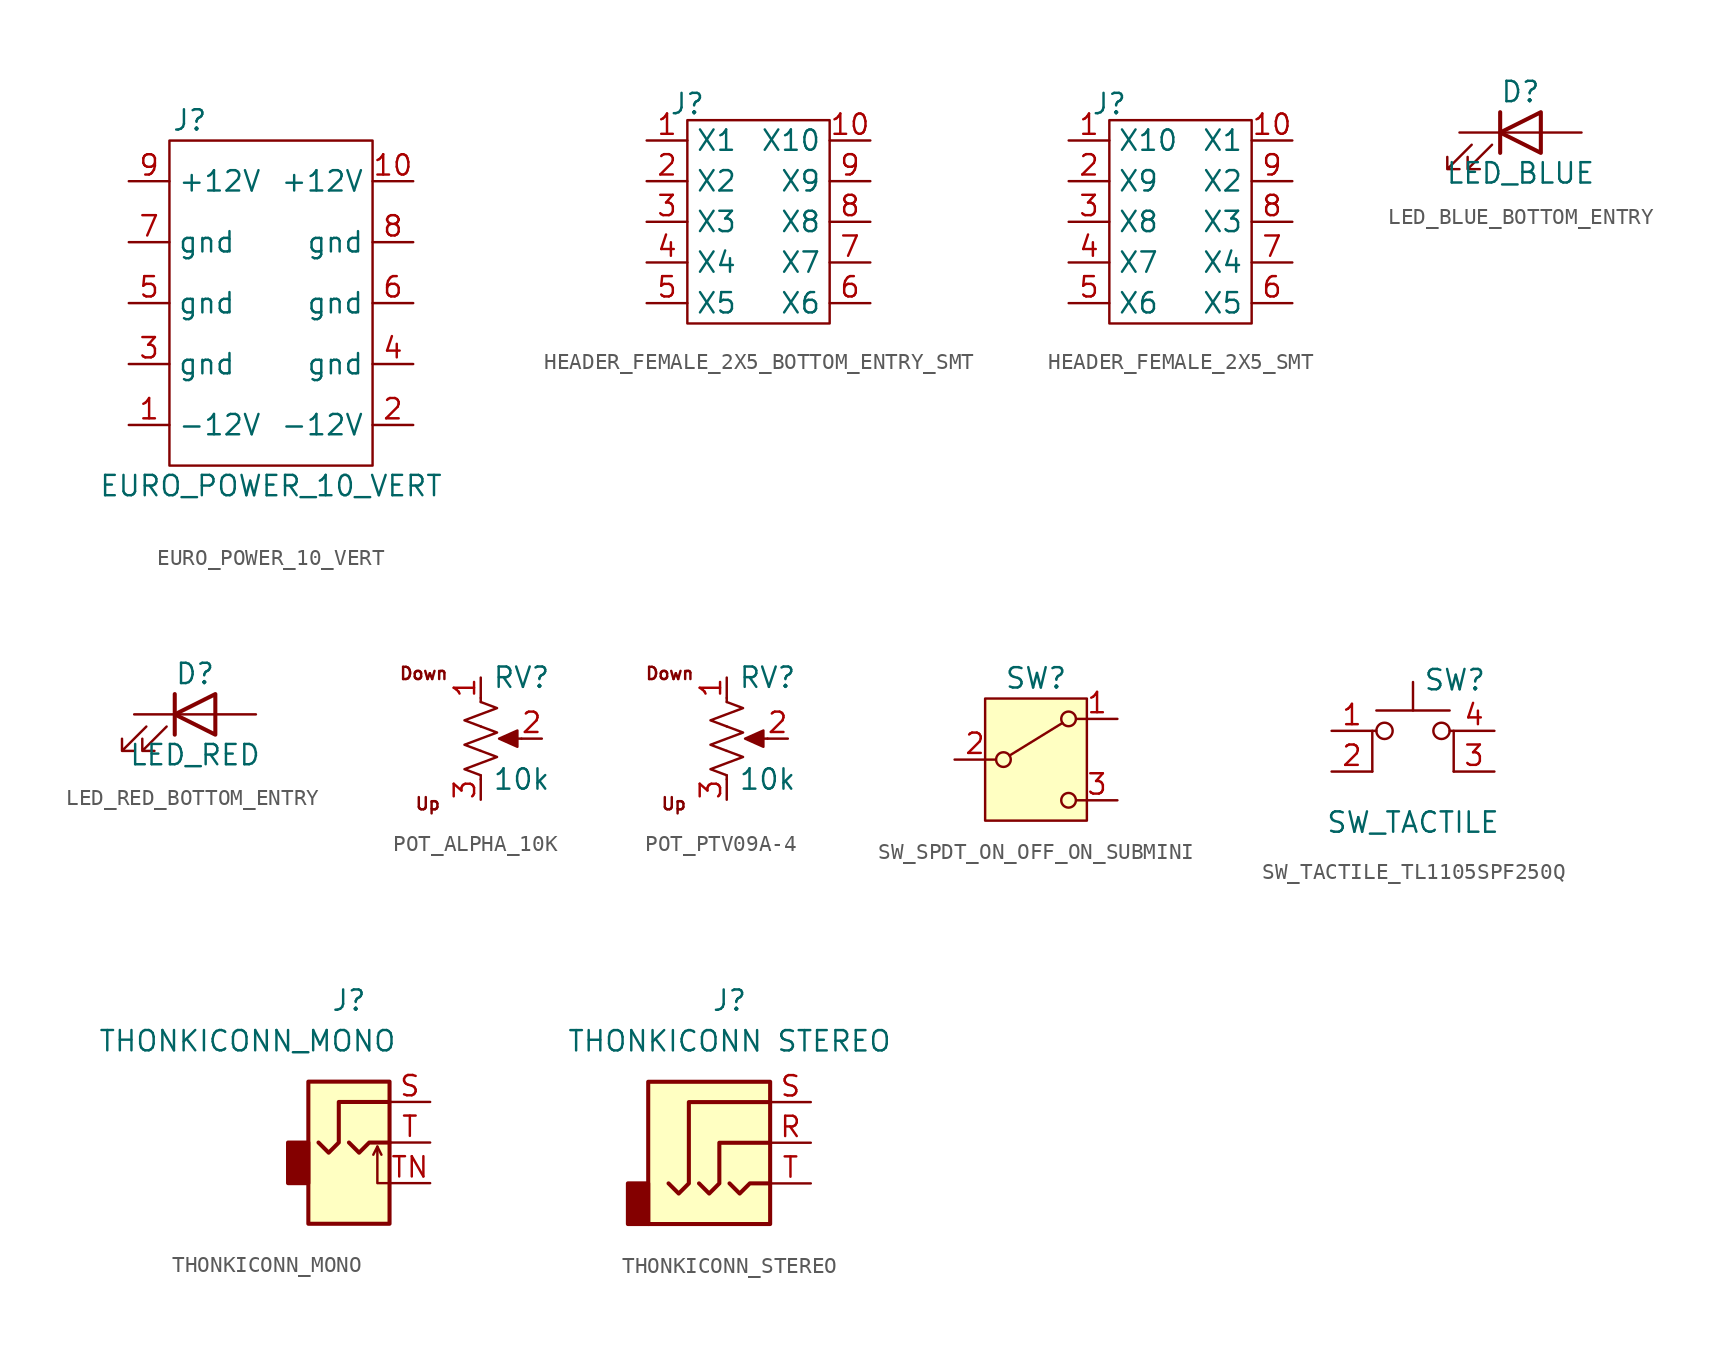
<source format=kicad_sym>
(kicad_symbol_lib
  (version 20241209)
  (generator "kicad_symbol_editor")
  (generator_version "9.0")
  (symbol "EURO_POWER_10_VERT"
    (property "Reference" "J"
      (at -5.08 11.43 0)
      (effects (font (size 1.27 1.27))))
    (property "Value" "EURO_POWER_10_VERT"
      (at 0 -11.43 0)
      (effects (font (size 1.27 1.27))))
    (symbol "EURO_POWER_10_VERT_0_1"
      (rectangle (start -6.35 10.16) (end 6.35 -10.16) (stroke (width 0) (type default)) (fill (type none))))
    (symbol "EURO_POWER_10_VERT_1_1"
      (pin power_in line (at -8.89 7.62 0) (length 2.54) (name "+12V" (effects (font (size 1.27 1.27)))) (number "9" (effects (font (size 1.27 1.27)))))
      (pin power_in line (at -8.89 3.81 0) (length 2.54) (name "gnd" (effects (font (size 1.27 1.27)))) (number "7" (effects (font (size 1.27 1.27)))))
      (pin power_in line (at -8.89 0 0) (length 2.54) (name "gnd" (effects (font (size 1.27 1.27)))) (number "5" (effects (font (size 1.27 1.27)))))
      (pin power_in line (at -8.89 -3.81 0) (length 2.54) (name "gnd" (effects (font (size 1.27 1.27)))) (number "3" (effects (font (size 1.27 1.27)))))
      (pin power_in line (at -8.89 -7.62 0) (length 2.54) (name "-12V" (effects (font (size 1.27 1.27)))) (number "1" (effects (font (size 1.27 1.27)))))
      (pin power_in line (at 8.89 7.62 180) (length 2.54) (name "+12V" (effects (font (size 1.27 1.27)))) (number "10" (effects (font (size 1.27 1.27)))))
      (pin power_in line (at 8.89 3.81 180) (length 2.54) (name "gnd" (effects (font (size 1.27 1.27)))) (number "8" (effects (font (size 1.27 1.27)))))
      (pin power_in line (at 8.89 0 180) (length 2.54) (name "gnd" (effects (font (size 1.27 1.27)))) (number "6" (effects (font (size 1.27 1.27)))))
      (pin power_in line (at 8.89 -3.81 180) (length 2.54) (name "gnd" (effects (font (size 1.27 1.27)))) (number "4" (effects (font (size 1.27 1.27)))))
      (pin power_in line (at 8.89 -7.62 180) (length 2.54) (name "-12V" (effects (font (size 1.27 1.27)))) (number "2" (effects (font (size 1.27 1.27)))))))
  (symbol "HEADER_FEMALE_2X5_BOTTOM_ENTRY_SMT"
    (property "Reference" "J"
      (at 0 1.016 0)
      (effects (font (size 1.27 1.27))))
    (symbol "HEADER_FEMALE_2X5_BOTTOM_ENTRY_SMT_1_1"
      (rectangle (start 0 0) (end 8.89 -12.7) (stroke (width 0) (type default)) (fill (type none)))
      (pin bidirectional line (at -2.54 -1.27 0) (length 2.54) (name "X1" (effects (font (size 1.27 1.27)))) (number "1" (effects (font (size 1.27 1.27)))))
      (pin bidirectional line (at -2.54 -3.81 0) (length 2.54) (name "X2" (effects (font (size 1.27 1.27)))) (number "2" (effects (font (size 1.27 1.27)))))
      (pin bidirectional line (at -2.54 -6.35 0) (length 2.54) (name "X3" (effects (font (size 1.27 1.27)))) (number "3" (effects (font (size 1.27 1.27)))))
      (pin bidirectional line (at -2.54 -8.89 0) (length 2.54) (name "X4" (effects (font (size 1.27 1.27)))) (number "4" (effects (font (size 1.27 1.27)))))
      (pin bidirectional line (at -2.54 -11.43 0) (length 2.54) (name "X5" (effects (font (size 1.27 1.27)))) (number "5" (effects (font (size 1.27 1.27)))))
      (pin bidirectional line (at 11.43 -1.27 180) (length 2.54) (name "X10" (effects (font (size 1.27 1.27)))) (number "10" (effects (font (size 1.27 1.27)))))
      (pin bidirectional line (at 11.43 -3.81 180) (length 2.54) (name "X9" (effects (font (size 1.27 1.27)))) (number "9" (effects (font (size 1.27 1.27)))))
      (pin bidirectional line (at 11.43 -6.35 180) (length 2.54) (name "X8" (effects (font (size 1.27 1.27)))) (number "8" (effects (font (size 1.27 1.27)))))
      (pin bidirectional line (at 11.43 -8.89 180) (length 2.54) (name "X7" (effects (font (size 1.27 1.27)))) (number "7" (effects (font (size 1.27 1.27)))))
      (pin bidirectional line (at 11.43 -11.43 180) (length 2.54) (name "X6" (effects (font (size 1.27 1.27)))) (number "6" (effects (font (size 1.27 1.27)))))))
  (symbol "HEADER_FEMALE_2X5_SMT"
    (property "Reference" "J"
      (at 0 1.016 0)
      (effects (font (size 1.27 1.27))))
    (symbol "HEADER_FEMALE_2X5_SMT_1_1"
      (rectangle (start 0 0) (end 8.89 -12.7) (stroke (width 0) (type default)) (fill (type none)))
      (pin bidirectional line (at -2.54 -1.27 0) (length 2.54) (name "X10" (effects (font (size 1.27 1.27)))) (number "1" (effects (font (size 1.27 1.27)))))
      (pin bidirectional line (at -2.54 -3.81 0) (length 2.54) (name "X9" (effects (font (size 1.27 1.27)))) (number "2" (effects (font (size 1.27 1.27)))))
      (pin bidirectional line (at -2.54 -6.35 0) (length 2.54) (name "X8" (effects (font (size 1.27 1.27)))) (number "3" (effects (font (size 1.27 1.27)))))
      (pin bidirectional line (at -2.54 -8.89 0) (length 2.54) (name "X7" (effects (font (size 1.27 1.27)))) (number "4" (effects (font (size 1.27 1.27)))))
      (pin bidirectional line (at -2.54 -11.43 0) (length 2.54) (name "X6" (effects (font (size 1.27 1.27)))) (number "5" (effects (font (size 1.27 1.27)))))
      (pin bidirectional line (at 11.43 -1.27 180) (length 2.54) (name "X1" (effects (font (size 1.27 1.27)))) (number "10" (effects (font (size 1.27 1.27)))))
      (pin bidirectional line (at 11.43 -3.81 180) (length 2.54) (name "X2" (effects (font (size 1.27 1.27)))) (number "9" (effects (font (size 1.27 1.27)))))
      (pin bidirectional line (at 11.43 -6.35 180) (length 2.54) (name "X3" (effects (font (size 1.27 1.27)))) (number "8" (effects (font (size 1.27 1.27)))))
      (pin bidirectional line (at 11.43 -8.89 180) (length 2.54) (name "X4" (effects (font (size 1.27 1.27)))) (number "7" (effects (font (size 1.27 1.27)))))
      (pin bidirectional line (at 11.43 -11.43 180) (length 2.54) (name "X5" (effects (font (size 1.27 1.27)))) (number "6" (effects (font (size 1.27 1.27)))))))
  (symbol "LED_BLUE_BOTTOM_ENTRY"
    (pin_numbers
      (hide yes))
    (pin_names
      (offset 1.016)
      (hide yes))
    (property "Reference" "D"
      (at 0 2.54 0)
      (effects (font (size 1.27 1.27))))
    (property "Value" "LED_BLUE"
      (at 0 -2.54 0)
      (effects (font (size 1.27 1.27))))
    (symbol "LED_BLUE_BOTTOM_ENTRY_0_1"
      (polyline (pts (xy -3.048 -0.762) (xy -4.572 -2.286) (xy -3.81 -2.286) (xy -4.572 -2.286) (xy -4.572 -1.524)) (stroke (width 0) (type default)) (fill (type none)))
      (polyline (pts (xy -1.778 -0.762) (xy -3.302 -2.286) (xy -2.54 -2.286) (xy -3.302 -2.286) (xy -3.302 -1.524)) (stroke (width 0) (type default)) (fill (type none)))
      (polyline (pts (xy -1.27 0) (xy 1.27 0)) (stroke (width 0) (type default)) (fill (type none)))
      (polyline (pts (xy -1.27 -1.27) (xy -1.27 1.27)) (stroke (width 0.254) (type default)) (fill (type none)))
      (polyline (pts (xy 1.27 -1.27) (xy 1.27 1.27) (xy -1.27 0) (xy 1.27 -1.27)) (stroke (width 0.254) (type default)) (fill (type none))))
    (symbol "LED_BLUE_BOTTOM_ENTRY_1_1"
      (pin passive line (at -3.81 0 0) (length 2.54) (name "K" (effects (font (size 1.27 1.27)))) (number "1" (effects (font (size 1.27 1.27)))))
      (pin passive line (at 3.81 0 180) (length 2.54) (name "A" (effects (font (size 1.27 1.27)))) (number "2" (effects (font (size 1.27 1.27)))))))
  (symbol "LED_RED_BOTTOM_ENTRY"
    (pin_numbers
      (hide yes))
    (pin_names
      (offset 1.016)
      (hide yes))
    (property "Reference" "D"
      (at 0 2.54 0)
      (effects (font (size 1.27 1.27))))
    (property "Value" "LED_RED"
      (at 0 -2.54 0)
      (effects (font (size 1.27 1.27))))
    (symbol "LED_RED_BOTTOM_ENTRY_0_1"
      (polyline (pts (xy -3.048 -0.762) (xy -4.572 -2.286) (xy -3.81 -2.286) (xy -4.572 -2.286) (xy -4.572 -1.524)) (stroke (width 0) (type default)) (fill (type none)))
      (polyline (pts (xy -1.778 -0.762) (xy -3.302 -2.286) (xy -2.54 -2.286) (xy -3.302 -2.286) (xy -3.302 -1.524)) (stroke (width 0) (type default)) (fill (type none)))
      (polyline (pts (xy -1.27 0) (xy 1.27 0)) (stroke (width 0) (type default)) (fill (type none)))
      (polyline (pts (xy -1.27 -1.27) (xy -1.27 1.27)) (stroke (width 0.254) (type default)) (fill (type none)))
      (polyline (pts (xy 1.27 -1.27) (xy 1.27 1.27) (xy -1.27 0) (xy 1.27 -1.27)) (stroke (width 0.254) (type default)) (fill (type none))))
    (symbol "LED_RED_BOTTOM_ENTRY_1_1"
      (pin passive line (at -3.81 0 0) (length 2.54) (name "K" (effects (font (size 1.27 1.27)))) (number "1" (effects (font (size 1.27 1.27)))))
      (pin passive line (at 3.81 0 180) (length 2.54) (name "A" (effects (font (size 1.27 1.27)))) (number "2" (effects (font (size 1.27 1.27)))))))
  (symbol "POT_ALPHA_10K"
    (pin_names
      (offset 1.016)
      (hide yes))
    (property "Reference" "RV"
      (at 2.54 3.81 0)
      (effects (font (size 1.27 1.27))))
    (property "Value" "10k"
      (at 2.54 -2.54 0)
      (effects (font (size 1.27 1.27))))
    (symbol "POT_ALPHA_10K_0_1"
      (polyline (pts (xy 0 2.54) (xy 0 2.286)) (stroke (width 0) (type default)) (fill (type none)))
      (polyline (pts (xy 0 2.286) (xy 1.016 1.905) (xy 0 1.524) (xy -1.016 1.143) (xy 0 0.762)) (stroke (width 0) (type default)) (fill (type none)))
      (polyline (pts (xy 0 0.762) (xy 1.016 0.381) (xy 0 0) (xy -1.016 -0.381) (xy 0 -0.762)) (stroke (width 0) (type default)) (fill (type none)))
      (polyline (pts (xy 0 -0.762) (xy 1.016 -1.143) (xy 0 -1.524) (xy -1.016 -1.905) (xy 0 -2.286)) (stroke (width 0) (type default)) (fill (type none)))
      (polyline (pts (xy 0 -2.286) (xy 0 -2.54)) (stroke (width 0) (type default)) (fill (type none)))
      (polyline (pts (xy 1.143 0) (xy 2.286 0.508) (xy 2.286 -0.508) (xy 1.143 0)) (stroke (width 0) (type default)) (fill (type outline)))
      (polyline (pts (xy 2.54 0) (xy 1.524 0)) (stroke (width 0) (type default)) (fill (type none))))
    (symbol "POT_ALPHA_10K_1_1"
      (text "Down" (at -3.556 4.064 0) (effects (font (size 0.762 0.762))))
      (text "Up" (at -3.302 -4.064 0) (effects (font (size 0.762 0.762))))
      (pin passive line (at 0 3.81 270) (length 1.27) (name "1" (effects (font (size 1.27 1.27)))) (number "1" (effects (font (size 1.27 1.27)))))
      (pin passive line (at 0 -3.81 90) (length 1.27) (name "3" (effects (font (size 1.27 1.27)))) (number "3" (effects (font (size 1.27 1.27)))))
      (pin passive line (at 3.81 0 180) (length 1.27) (name "2" (effects (font (size 1.27 1.27)))) (number "2" (effects (font (size 1.27 1.27)))))))
  (symbol "POT_PTV09A-4"
    (pin_names
      (offset 1.016)
      (hide yes))
    (property "Reference" "RV"
      (at 2.54 3.81 0)
      (effects (font (size 1.27 1.27))))
    (property "Value" "10k"
      (at 2.54 -2.54 0)
      (effects (font (size 1.27 1.27))))
    (symbol "POT_PTV09A-4_0_1"
      (polyline (pts (xy 0 2.54) (xy 0 2.286)) (stroke (width 0) (type default)) (fill (type none)))
      (polyline (pts (xy 0 2.286) (xy 1.016 1.905) (xy 0 1.524) (xy -1.016 1.143) (xy 0 0.762)) (stroke (width 0) (type default)) (fill (type none)))
      (polyline (pts (xy 0 0.762) (xy 1.016 0.381) (xy 0 0) (xy -1.016 -0.381) (xy 0 -0.762)) (stroke (width 0) (type default)) (fill (type none)))
      (polyline (pts (xy 0 -0.762) (xy 1.016 -1.143) (xy 0 -1.524) (xy -1.016 -1.905) (xy 0 -2.286)) (stroke (width 0) (type default)) (fill (type none)))
      (polyline (pts (xy 0 -2.286) (xy 0 -2.54)) (stroke (width 0) (type default)) (fill (type none)))
      (polyline (pts (xy 1.143 0) (xy 2.286 0.508) (xy 2.286 -0.508) (xy 1.143 0)) (stroke (width 0) (type default)) (fill (type outline)))
      (polyline (pts (xy 2.54 0) (xy 1.524 0)) (stroke (width 0) (type default)) (fill (type none))))
    (symbol "POT_PTV09A-4_1_1"
      (text "Down" (at -3.556 4.064 0) (effects (font (size 0.762 0.762))))
      (text "Up" (at -3.302 -4.064 0) (effects (font (size 0.762 0.762))))
      (pin passive line (at 0 3.81 270) (length 1.27) (name "1" (effects (font (size 1.27 1.27)))) (number "1" (effects (font (size 1.27 1.27)))))
      (pin passive line (at 0 -3.81 90) (length 1.27) (name "3" (effects (font (size 1.27 1.27)))) (number "3" (effects (font (size 1.27 1.27)))))
      (pin passive line (at 3.81 0 180) (length 1.27) (name "2" (effects (font (size 1.27 1.27)))) (number "2" (effects (font (size 1.27 1.27)))))))
  (symbol "SW_SPDT_ON_OFF_ON_SUBMINI"
    (pin_names
      (offset 0)
      (hide yes))
    (property "Reference" "SW"
      (at 0 5.08 0)
      (effects (font (size 1.27 1.27))))
    (symbol "SW_SPDT_ON_OFF_ON_SUBMINI_0_1"
      (circle (center -2.032 0) (radius 0.457) (stroke (width 0) (type default)) (fill (type none)))
      (polyline (pts (xy -1.651 0.254) (xy 1.651 2.286)) (stroke (width 0) (type default)) (fill (type none)))
      (circle (center 2.032 2.54) (radius 0.457) (stroke (width 0) (type default)) (fill (type none)))
      (circle (center 2.032 -2.54) (radius 0.457) (stroke (width 0) (type default)) (fill (type none))))
    (symbol "SW_SPDT_ON_OFF_ON_SUBMINI_1_1"
      (rectangle (start -3.175 3.81) (end 3.175 -3.81) (stroke (width 0) (type default)) (fill (type background)))
      (pin passive line (at -5.08 0 0) (length 2.54) (name "B" (effects (font (size 1.27 1.27)))) (number "2" (effects (font (size 1.27 1.27)))))
      (pin passive line (at 5.08 2.54 180) (length 2.54) (name "A" (effects (font (size 1.27 1.27)))) (number "1" (effects (font (size 1.27 1.27)))))
      (pin passive line (at 5.08 -2.54 180) (length 2.54) (name "C" (effects (font (size 1.27 1.27)))) (number "3" (effects (font (size 1.27 1.27)))))))
  (symbol "SW_TACTILE_TL1105SPF250Q"
    (pin_names
      (offset 1.016)
      (hide yes))
    (property "Reference" "SW"
      (at 0.635 5.715 0)
      (effects (font (size 1.27 1.27)) (justify left)))
    (property "Value" "SW_TACTILE"
      (at 0 -3.175 0)
      (effects (font (size 1.27 1.27))))
    (symbol "SW_TACTILE_TL1105SPF250Q_0_1"
      (polyline (pts (xy -2.54 0) (xy -2.54 2.54) (xy -2.286 2.54)) (stroke (width 0) (type default)) (fill (type none)))
      (polyline (pts (xy -2.286 3.81) (xy 2.286 3.81)) (stroke (width 0) (type default)) (fill (type none)))
      (circle (center -1.778 2.54) (radius 0.508) (stroke (width 0) (type default)) (fill (type none)))
      (polyline (pts (xy 0 3.81) (xy 0 5.588)) (stroke (width 0) (type default)) (fill (type none)))
      (circle (center 1.778 2.54) (radius 0.508) (stroke (width 0) (type default)) (fill (type none)))
      (polyline (pts (xy 2.54 0) (xy 2.54 2.54) (xy 2.286 2.54)) (stroke (width 0) (type default)) (fill (type none)))
      (pin passive line (at -5.08 2.54 0) (length 2.54) (name "1" (effects (font (size 1.27 1.27)))) (number "1" (effects (font (size 1.27 1.27)))))
      (pin passive line (at -5.08 0 0) (length 2.54) (name "2" (effects (font (size 1.27 1.27)))) (number "2" (effects (font (size 1.27 1.27)))))
      (pin passive line (at 5.08 2.54 180) (length 2.54) (name "A" (effects (font (size 1.27 1.27)))) (number "4" (effects (font (size 1.27 1.27)))))
      (pin passive line (at 5.08 0 180) (length 2.54) (name "K" (effects (font (size 1.27 1.27)))) (number "3" (effects (font (size 1.27 1.27)))))))
  (symbol "THONKICONN_MONO"
    (property "Reference" "J"
      (at 0 8.89 0)
      (do_not_autoplace)
      (effects (font (size 1.27 1.27))))
    (property "Value" "THONKICONN_MONO"
      (at -6.35 6.35 0)
      (do_not_autoplace)
      (effects (font (size 1.27 1.27))))
    (symbol "THONKICONN_MONO_0_1"
      (rectangle (start -2.54 3.81) (end 2.54 -5.08) (stroke (width 0.254) (type default)) (fill (type background)))
      (rectangle (start -2.54 0) (end -3.81 -2.54) (stroke (width 0.254) (type default)) (fill (type outline)))
      (polyline (pts (xy 0 0) (xy 0.635 -0.635) (xy 1.27 0) (xy 2.54 0)) (stroke (width 0.254) (type default)) (fill (type none)))
      (polyline (pts (xy 1.778 -0.254) (xy 2.032 -0.762)) (stroke (width 0) (type default)) (fill (type none)))
      (polyline (pts (xy 2.54 2.54) (xy -0.635 2.54) (xy -0.635 0) (xy -1.27 -0.635) (xy -1.905 0)) (stroke (width 0.254) (type default)) (fill (type none)))
      (polyline (pts (xy 2.54 -2.54) (xy 1.778 -2.54) (xy 1.778 -0.254) (xy 1.524 -0.762)) (stroke (width 0) (type default)) (fill (type none))))
    (symbol "THONKICONN_MONO_1_1"
      (pin passive line (at 5.08 2.54 180) (length 2.54) (name "~" (effects (font (size 1.27 1.27)))) (number "S" (effects (font (size 1.27 1.27)))))
      (pin passive line (at 5.08 0 180) (length 2.54) (name "~" (effects (font (size 1.27 1.27)))) (number "T" (effects (font (size 1.27 1.27)))))
      (pin passive line (at 5.08 -2.54 180) (length 2.54) (name "~" (effects (font (size 1.27 1.27)))) (number "TN" (effects (font (size 1.27 1.27)))))))
  (symbol "THONKICONN_STEREO"
    (property "Reference" "J"
      (at 0 8.89 0)
      (effects (font (size 1.27 1.27))))
    (property "Value" "THONKICONN STEREO"
      (at 0 6.35 0)
      (effects (font (size 1.27 1.27))))
    (symbol "THONKICONN_STEREO_0_1"
      (rectangle (start -5.08 -5.08) (end -6.35 -2.54) (stroke (width 0.254) (type default)) (fill (type outline)))
      (polyline (pts (xy -1.905 -2.54) (xy -1.27 -3.175) (xy -0.635 -2.54) (xy -0.635 0) (xy 2.54 0)) (stroke (width 0.254) (type default)) (fill (type none)))
      (polyline (pts (xy 0 -2.54) (xy 0.635 -3.175) (xy 1.27 -2.54) (xy 2.54 -2.54)) (stroke (width 0.254) (type default)) (fill (type none)))
      (rectangle (start 2.54 3.81) (end -5.08 -5.08) (stroke (width 0.254) (type default)) (fill (type background)))
      (polyline (pts (xy 2.54 2.54) (xy -2.54 2.54) (xy -2.54 -2.54) (xy -3.175 -3.175) (xy -3.81 -2.54)) (stroke (width 0.254) (type default)) (fill (type none))))
    (symbol "THONKICONN_STEREO_1_1"
      (pin passive line (at 5.08 2.54 180) (length 2.54) (name "~" (effects (font (size 1.27 1.27)))) (number "S" (effects (font (size 1.27 1.27)))))
      (pin passive line (at 5.08 0 180) (length 2.54) (name "~" (effects (font (size 1.27 1.27)))) (number "R" (effects (font (size 1.27 1.27)))))
      (pin passive line (at 5.08 -2.54 180) (length 2.54) (name "~" (effects (font (size 1.27 1.27)))) (number "T" (effects (font (size 1.27 1.27))))))))
</source>
